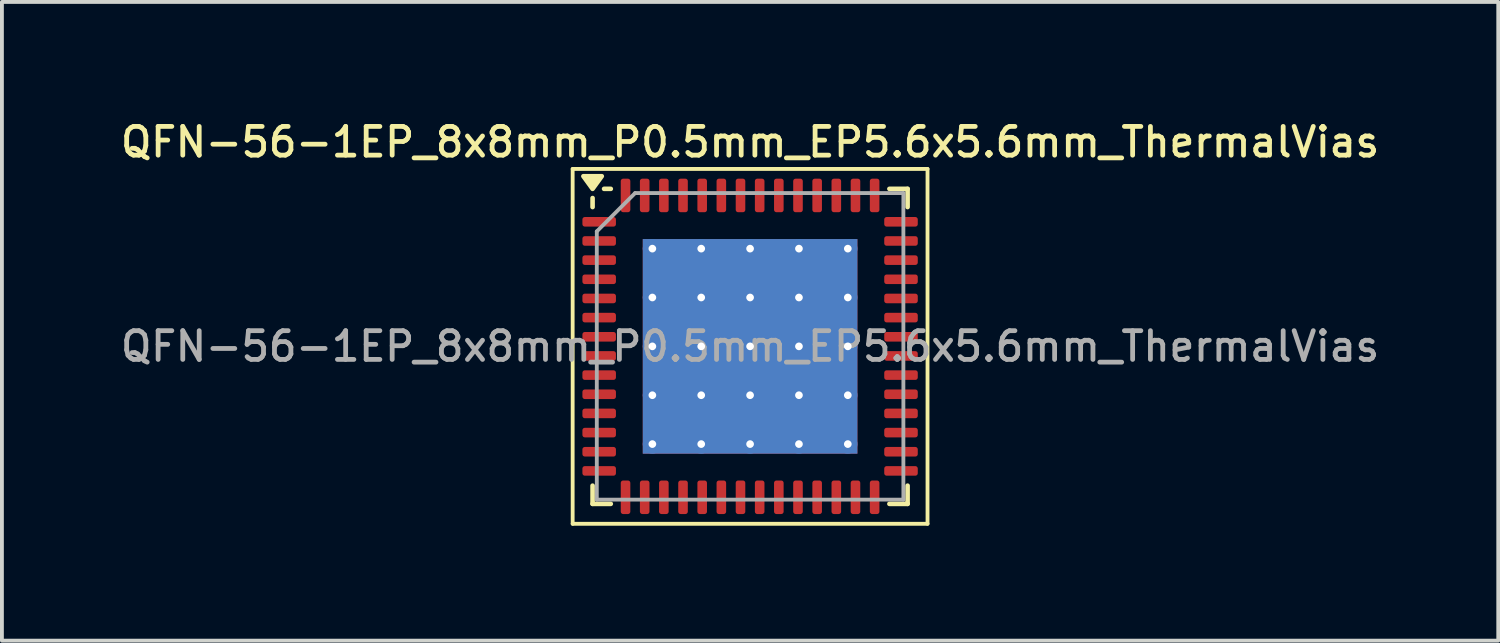
<source format=kicad_pcb>
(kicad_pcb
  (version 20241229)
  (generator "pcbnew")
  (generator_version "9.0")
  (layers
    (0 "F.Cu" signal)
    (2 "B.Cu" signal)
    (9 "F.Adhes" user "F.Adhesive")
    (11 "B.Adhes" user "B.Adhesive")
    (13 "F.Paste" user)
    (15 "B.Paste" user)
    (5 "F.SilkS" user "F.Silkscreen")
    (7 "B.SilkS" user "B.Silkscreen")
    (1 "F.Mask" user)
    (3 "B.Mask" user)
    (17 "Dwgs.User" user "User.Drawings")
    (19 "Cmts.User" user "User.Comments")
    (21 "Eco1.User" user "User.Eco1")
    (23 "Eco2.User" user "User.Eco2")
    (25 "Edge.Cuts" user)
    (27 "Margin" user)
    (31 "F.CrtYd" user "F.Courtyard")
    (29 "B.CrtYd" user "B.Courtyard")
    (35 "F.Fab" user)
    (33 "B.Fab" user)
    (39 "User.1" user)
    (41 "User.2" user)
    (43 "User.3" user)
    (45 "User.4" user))
  (footprint "QFN-56-1EP_8x8mm_P0.5mm_EP5.6x5.6mm_ThermalVias"
    (layer "F.Cu")
    (at 16.523 5.988)
    (property "Reference" "QFN-56-1EP_8x8mm_P0.5mm_EP5.6x5.6mm_ThermalVias" (at 0 -5.33 0) (layer "F.SilkS") (effects (font (size 0.75 0.75) (thickness 0.125))))
    (attr smd)
    (fp_line (start -4.63 -4.63) (end -4.63 4.63) (stroke (width 0.1) (type solid)) (layer "F.SilkS"))
    (fp_line (start -4.63 4.63) (end 4.63 4.63) (stroke (width 0.1) (type solid)) (layer "F.SilkS"))
    (fp_line (start -4.11 -3.635) (end -4.11 -3.87) (stroke (width 0.12) (type solid)) (layer "F.SilkS"))
    (fp_line (start -4.11 4.11) (end -4.11 3.635) (stroke (width 0.12) (type solid)) (layer "F.SilkS"))
    (fp_line (start -3.635 -4.11) (end -3.81 -4.11) (stroke (width 0.12) (type solid)) (layer "F.SilkS"))
    (fp_line (start -3.635 4.11) (end -4.11 4.11) (stroke (width 0.12) (type solid)) (layer "F.SilkS"))
    (fp_line (start 3.635 -4.11) (end 4.11 -4.11) (stroke (width 0.12) (type solid)) (layer "F.SilkS"))
    (fp_line (start 3.635 4.11) (end 4.11 4.11) (stroke (width 0.12) (type solid)) (layer "F.SilkS"))
    (fp_line (start 4.11 -4.11) (end 4.11 -3.635) (stroke (width 0.12) (type solid)) (layer "F.SilkS"))
    (fp_line (start 4.11 4.11) (end 4.11 3.635) (stroke (width 0.12) (type solid)) (layer "F.SilkS"))
    (fp_line (start 4.63 -4.63) (end -4.63 -4.63) (stroke (width 0.1) (type solid)) (layer "F.SilkS"))
    (fp_line (start 4.63 4.63) (end 4.63 -4.63) (stroke (width 0.1) (type solid)) (layer "F.SilkS"))
    (fp_poly (pts (xy -4.11 -4.11) (xy -4.35 -4.44) (xy -3.87 -4.44) (xy -4.11 -4.11)) (stroke (width 0.12) (type solid)) (fill yes) (layer "F.SilkS"))
    (fp_line (start -4 -3) (end -3 -4) (stroke (width 0.1) (type solid)) (layer "F.Fab"))
    (fp_line (start -4 4) (end -4 -3) (stroke (width 0.1) (type solid)) (layer "F.Fab"))
    (fp_line (start -3 -4) (end 4 -4) (stroke (width 0.1) (type solid)) (layer "F.Fab"))
    (fp_line (start 4 -4) (end 4 4) (stroke (width 0.1) (type solid)) (layer "F.Fab"))
    (fp_line (start 4 4) (end -4 4) (stroke (width 0.1) (type solid)) (layer "F.Fab"))
    (fp_text user "${REFERENCE}" (at 0 0 0) (layer "F.Fab") (effects (font (size 0.75 0.75) (thickness 0.125))))
    (pad "" smd roundrect (at -1.913 -1.913) (size 1.084 1.084) (layers "F.Paste") (roundrect_rratio 0.231))
    (pad "" smd roundrect (at -1.913 -0.637) (size 1.084 1.084) (layers "F.Paste") (roundrect_rratio 0.231))
    (pad "" smd roundrect (at -1.913 0.637) (size 1.084 1.084) (layers "F.Paste") (roundrect_rratio 0.231))
    (pad "" smd roundrect (at -1.913 1.913) (size 1.084 1.084) (layers "F.Paste") (roundrect_rratio 0.231))
    (pad "" smd roundrect (at -0.637 -1.913) (size 1.084 1.084) (layers "F.Paste") (roundrect_rratio 0.231))
    (pad "" smd roundrect (at -0.637 -0.637) (size 1.084 1.084) (layers "F.Paste") (roundrect_rratio 0.231))
    (pad "" smd roundrect (at -0.637 0.637) (size 1.084 1.084) (layers "F.Paste") (roundrect_rratio 0.231))
    (pad "" smd roundrect (at -0.637 1.913) (size 1.084 1.084) (layers "F.Paste") (roundrect_rratio 0.231))
    (pad "" smd roundrect (at 0.637 -1.913) (size 1.084 1.084) (layers "F.Paste") (roundrect_rratio 0.231))
    (pad "" smd roundrect (at 0.637 -0.637) (size 1.084 1.084) (layers "F.Paste") (roundrect_rratio 0.231))
    (pad "" smd roundrect (at 0.637 0.637) (size 1.084 1.084) (layers "F.Paste") (roundrect_rratio 0.231))
    (pad "" smd roundrect (at 0.637 1.913) (size 1.084 1.084) (layers "F.Paste") (roundrect_rratio 0.231))
    (pad "" smd roundrect (at 1.913 -1.913) (size 1.084 1.084) (layers "F.Paste") (roundrect_rratio 0.231))
    (pad "" smd roundrect (at 1.913 -0.637) (size 1.084 1.084) (layers "F.Paste") (roundrect_rratio 0.231))
    (pad "" smd roundrect (at 1.913 0.637) (size 1.084 1.084) (layers "F.Paste") (roundrect_rratio 0.231))
    (pad "" smd roundrect (at 1.913 1.913) (size 1.084 1.084) (layers "F.Paste") (roundrect_rratio 0.231))
    (pad "1" smd roundrect (at -3.938 -3.25) (size 0.875 0.25) (layers "F.Cu" "F.Mask" "F.Paste") (roundrect_rratio 0.25))
    (pad "2" smd roundrect (at -3.938 -2.75) (size 0.875 0.25) (layers "F.Cu" "F.Mask" "F.Paste") (roundrect_rratio 0.25))
    (pad "3" smd roundrect (at -3.938 -2.25) (size 0.875 0.25) (layers "F.Cu" "F.Mask" "F.Paste") (roundrect_rratio 0.25))
    (pad "4" smd roundrect (at -3.938 -1.75) (size 0.875 0.25) (layers "F.Cu" "F.Mask" "F.Paste") (roundrect_rratio 0.25))
    (pad "5" smd roundrect (at -3.938 -1.25) (size 0.875 0.25) (layers "F.Cu" "F.Mask" "F.Paste") (roundrect_rratio 0.25))
    (pad "6" smd roundrect (at -3.938 -0.75) (size 0.875 0.25) (layers "F.Cu" "F.Mask" "F.Paste") (roundrect_rratio 0.25))
    (pad "7" smd roundrect (at -3.938 -0.25) (size 0.875 0.25) (layers "F.Cu" "F.Mask" "F.Paste") (roundrect_rratio 0.25))
    (pad "8" smd roundrect (at -3.938 0.25) (size 0.875 0.25) (layers "F.Cu" "F.Mask" "F.Paste") (roundrect_rratio 0.25))
    (pad "9" smd roundrect (at -3.938 0.75) (size 0.875 0.25) (layers "F.Cu" "F.Mask" "F.Paste") (roundrect_rratio 0.25))
    (pad "10" smd roundrect (at -3.938 1.25) (size 0.875 0.25) (layers "F.Cu" "F.Mask" "F.Paste") (roundrect_rratio 0.25))
    (pad "11" smd roundrect (at -3.938 1.75) (size 0.875 0.25) (layers "F.Cu" "F.Mask" "F.Paste") (roundrect_rratio 0.25))
    (pad "12" smd roundrect (at -3.938 2.25) (size 0.875 0.25) (layers "F.Cu" "F.Mask" "F.Paste") (roundrect_rratio 0.25))
    (pad "13" smd roundrect (at -3.938 2.75) (size 0.875 0.25) (layers "F.Cu" "F.Mask" "F.Paste") (roundrect_rratio 0.25))
    (pad "14" smd roundrect (at -3.938 3.25) (size 0.875 0.25) (layers "F.Cu" "F.Mask" "F.Paste") (roundrect_rratio 0.25))
    (pad "15" smd roundrect (at -3.25 3.938) (size 0.25 0.875) (layers "F.Cu" "F.Mask" "F.Paste") (roundrect_rratio 0.25))
    (pad "16" smd roundrect (at -2.75 3.938) (size 0.25 0.875) (layers "F.Cu" "F.Mask" "F.Paste") (roundrect_rratio 0.25))
    (pad "17" smd roundrect (at -2.25 3.938) (size 0.25 0.875) (layers "F.Cu" "F.Mask" "F.Paste") (roundrect_rratio 0.25))
    (pad "18" smd roundrect (at -1.75 3.938) (size 0.25 0.875) (layers "F.Cu" "F.Mask" "F.Paste") (roundrect_rratio 0.25))
    (pad "19" smd roundrect (at -1.25 3.938) (size 0.25 0.875) (layers "F.Cu" "F.Mask" "F.Paste") (roundrect_rratio 0.25))
    (pad "20" smd roundrect (at -0.75 3.938) (size 0.25 0.875) (layers "F.Cu" "F.Mask" "F.Paste") (roundrect_rratio 0.25))
    (pad "21" smd roundrect (at -0.25 3.938) (size 0.25 0.875) (layers "F.Cu" "F.Mask" "F.Paste") (roundrect_rratio 0.25))
    (pad "22" smd roundrect (at 0.25 3.938) (size 0.25 0.875) (layers "F.Cu" "F.Mask" "F.Paste") (roundrect_rratio 0.25))
    (pad "23" smd roundrect (at 0.75 3.938) (size 0.25 0.875) (layers "F.Cu" "F.Mask" "F.Paste") (roundrect_rratio 0.25))
    (pad "24" smd roundrect (at 1.25 3.938) (size 0.25 0.875) (layers "F.Cu" "F.Mask" "F.Paste") (roundrect_rratio 0.25))
    (pad "25" smd roundrect (at 1.75 3.938) (size 0.25 0.875) (layers "F.Cu" "F.Mask" "F.Paste") (roundrect_rratio 0.25))
    (pad "26" smd roundrect (at 2.25 3.938) (size 0.25 0.875) (layers "F.Cu" "F.Mask" "F.Paste") (roundrect_rratio 0.25))
    (pad "27" smd roundrect (at 2.75 3.938) (size 0.25 0.875) (layers "F.Cu" "F.Mask" "F.Paste") (roundrect_rratio 0.25))
    (pad "28" smd roundrect (at 3.25 3.938) (size 0.25 0.875) (layers "F.Cu" "F.Mask" "F.Paste") (roundrect_rratio 0.25))
    (pad "29" smd roundrect (at 3.938 3.25) (size 0.875 0.25) (layers "F.Cu" "F.Mask" "F.Paste") (roundrect_rratio 0.25))
    (pad "30" smd roundrect (at 3.938 2.75) (size 0.875 0.25) (layers "F.Cu" "F.Mask" "F.Paste") (roundrect_rratio 0.25))
    (pad "31" smd roundrect (at 3.938 2.25) (size 0.875 0.25) (layers "F.Cu" "F.Mask" "F.Paste") (roundrect_rratio 0.25))
    (pad "32" smd roundrect (at 3.938 1.75) (size 0.875 0.25) (layers "F.Cu" "F.Mask" "F.Paste") (roundrect_rratio 0.25))
    (pad "33" smd roundrect (at 3.938 1.25) (size 0.875 0.25) (layers "F.Cu" "F.Mask" "F.Paste") (roundrect_rratio 0.25))
    (pad "34" smd roundrect (at 3.938 0.75) (size 0.875 0.25) (layers "F.Cu" "F.Mask" "F.Paste") (roundrect_rratio 0.25))
    (pad "35" smd roundrect (at 3.938 0.25) (size 0.875 0.25) (layers "F.Cu" "F.Mask" "F.Paste") (roundrect_rratio 0.25))
    (pad "36" smd roundrect (at 3.938 -0.25) (size 0.875 0.25) (layers "F.Cu" "F.Mask" "F.Paste") (roundrect_rratio 0.25))
    (pad "37" smd roundrect (at 3.938 -0.75) (size 0.875 0.25) (layers "F.Cu" "F.Mask" "F.Paste") (roundrect_rratio 0.25))
    (pad "38" smd roundrect (at 3.938 -1.25) (size 0.875 0.25) (layers "F.Cu" "F.Mask" "F.Paste") (roundrect_rratio 0.25))
    (pad "39" smd roundrect (at 3.938 -1.75) (size 0.875 0.25) (layers "F.Cu" "F.Mask" "F.Paste") (roundrect_rratio 0.25))
    (pad "40" smd roundrect (at 3.938 -2.25) (size 0.875 0.25) (layers "F.Cu" "F.Mask" "F.Paste") (roundrect_rratio 0.25))
    (pad "41" smd roundrect (at 3.938 -2.75) (size 0.875 0.25) (layers "F.Cu" "F.Mask" "F.Paste") (roundrect_rratio 0.25))
    (pad "42" smd roundrect (at 3.938 -3.25) (size 0.875 0.25) (layers "F.Cu" "F.Mask" "F.Paste") (roundrect_rratio 0.25))
    (pad "43" smd roundrect (at 3.25 -3.938) (size 0.25 0.875) (layers "F.Cu" "F.Mask" "F.Paste") (roundrect_rratio 0.25))
    (pad "44" smd roundrect (at 2.75 -3.938) (size 0.25 0.875) (layers "F.Cu" "F.Mask" "F.Paste") (roundrect_rratio 0.25))
    (pad "45" smd roundrect (at 2.25 -3.938) (size 0.25 0.875) (layers "F.Cu" "F.Mask" "F.Paste") (roundrect_rratio 0.25))
    (pad "46" smd roundrect (at 1.75 -3.938) (size 0.25 0.875) (layers "F.Cu" "F.Mask" "F.Paste") (roundrect_rratio 0.25))
    (pad "47" smd roundrect (at 1.25 -3.938) (size 0.25 0.875) (layers "F.Cu" "F.Mask" "F.Paste") (roundrect_rratio 0.25))
    (pad "48" smd roundrect (at 0.75 -3.938) (size 0.25 0.875) (layers "F.Cu" "F.Mask" "F.Paste") (roundrect_rratio 0.25))
    (pad "49" smd roundrect (at 0.25 -3.938) (size 0.25 0.875) (layers "F.Cu" "F.Mask" "F.Paste") (roundrect_rratio 0.25))
    (pad "50" smd roundrect (at -0.25 -3.938) (size 0.25 0.875) (layers "F.Cu" "F.Mask" "F.Paste") (roundrect_rratio 0.25))
    (pad "51" smd roundrect (at -0.75 -3.938) (size 0.25 0.875) (layers "F.Cu" "F.Mask" "F.Paste") (roundrect_rratio 0.25))
    (pad "52" smd roundrect (at -1.25 -3.938) (size 0.25 0.875) (layers "F.Cu" "F.Mask" "F.Paste") (roundrect_rratio 0.25))
    (pad "53" smd roundrect (at -1.75 -3.938) (size 0.25 0.875) (layers "F.Cu" "F.Mask" "F.Paste") (roundrect_rratio 0.25))
    (pad "54" smd roundrect (at -2.25 -3.938) (size 0.25 0.875) (layers "F.Cu" "F.Mask" "F.Paste") (roundrect_rratio 0.25))
    (pad "55" smd roundrect (at -2.75 -3.938) (size 0.25 0.875) (layers "F.Cu" "F.Mask" "F.Paste") (roundrect_rratio 0.25))
    (pad "56" smd roundrect (at -3.25 -3.938) (size 0.25 0.875) (layers "F.Cu" "F.Mask" "F.Paste") (roundrect_rratio 0.25))
    (pad "57" thru_hole circle (at -2.55 -2.55) (size 0.5 0.5) (drill 0.2) (property pad_prop_heatsink) (layers "*.Cu"))
    (pad "57" thru_hole circle (at -2.55 -1.275) (size 0.5 0.5) (drill 0.2) (property pad_prop_heatsink) (layers "*.Cu"))
    (pad "57" thru_hole circle (at -2.55 0) (size 0.5 0.5) (drill 0.2) (property pad_prop_heatsink) (layers "*.Cu"))
    (pad "57" thru_hole circle (at -2.55 1.275) (size 0.5 0.5) (drill 0.2) (property pad_prop_heatsink) (layers "*.Cu"))
    (pad "57" thru_hole circle (at -2.55 2.55) (size 0.5 0.5) (drill 0.2) (property pad_prop_heatsink) (layers "*.Cu"))
    (pad "57" thru_hole circle (at -1.275 -2.55) (size 0.5 0.5) (drill 0.2) (property pad_prop_heatsink) (layers "*.Cu"))
    (pad "57" thru_hole circle (at -1.275 -1.275) (size 0.5 0.5) (drill 0.2) (property pad_prop_heatsink) (layers "*.Cu"))
    (pad "57" thru_hole circle (at -1.275 0) (size 0.5 0.5) (drill 0.2) (property pad_prop_heatsink) (layers "*.Cu"))
    (pad "57" thru_hole circle (at -1.275 1.275) (size 0.5 0.5) (drill 0.2) (property pad_prop_heatsink) (layers "*.Cu"))
    (pad "57" thru_hole circle (at -1.275 2.55) (size 0.5 0.5) (drill 0.2) (property pad_prop_heatsink) (layers "*.Cu"))
    (pad "57" thru_hole circle (at 0 -2.55) (size 0.5 0.5) (drill 0.2) (property pad_prop_heatsink) (layers "*.Cu"))
    (pad "57" thru_hole circle (at 0 -1.275) (size 0.5 0.5) (drill 0.2) (property pad_prop_heatsink) (layers "*.Cu"))
    (pad "57" thru_hole circle (at 0 0) (size 0.5 0.5) (drill 0.2) (property pad_prop_heatsink) (layers "*.Cu"))
    (pad "57" smd rect (at 0 0) (size 5.6 5.6) (property pad_prop_heatsink) (layers "F.Cu" "F.Mask"))
    (pad "57" smd rect (at 0 0) (size 5.6 5.6) (property pad_prop_heatsink) (layers "B.Cu"))
    (pad "57" thru_hole circle (at 0 1.275) (size 0.5 0.5) (drill 0.2) (property pad_prop_heatsink) (layers "*.Cu"))
    (pad "57" thru_hole circle (at 0 2.55) (size 0.5 0.5) (drill 0.2) (property pad_prop_heatsink) (layers "*.Cu"))
    (pad "57" thru_hole circle (at 1.275 -2.55) (size 0.5 0.5) (drill 0.2) (property pad_prop_heatsink) (layers "*.Cu"))
    (pad "57" thru_hole circle (at 1.275 -1.275) (size 0.5 0.5) (drill 0.2) (property pad_prop_heatsink) (layers "*.Cu"))
    (pad "57" thru_hole circle (at 1.275 0) (size 0.5 0.5) (drill 0.2) (property pad_prop_heatsink) (layers "*.Cu"))
    (pad "57" thru_hole circle (at 1.275 1.275) (size 0.5 0.5) (drill 0.2) (property pad_prop_heatsink) (layers "*.Cu"))
    (pad "57" thru_hole circle (at 1.275 2.55) (size 0.5 0.5) (drill 0.2) (property pad_prop_heatsink) (layers "*.Cu"))
    (pad "57" thru_hole circle (at 2.55 -2.55) (size 0.5 0.5) (drill 0.2) (property pad_prop_heatsink) (layers "*.Cu"))
    (pad "57" thru_hole circle (at 2.55 -1.275) (size 0.5 0.5) (drill 0.2) (property pad_prop_heatsink) (layers "*.Cu"))
    (pad "57" thru_hole circle (at 2.55 0) (size 0.5 0.5) (drill 0.2) (property pad_prop_heatsink) (layers "*.Cu"))
    (pad "57" thru_hole circle (at 2.55 1.275) (size 0.5 0.5) (drill 0.2) (property pad_prop_heatsink) (layers "*.Cu"))
    (pad "57" thru_hole circle (at 2.55 2.55) (size 0.5 0.5) (drill 0.2) (property pad_prop_heatsink) (layers "*.Cu")))
  (gr_rect
    (start -3 -3)
    (end 36.046 13.668)
    (stroke (width 0.1) (type default))
    (fill no)
    (layer "Edge.Cuts")))
</source>
